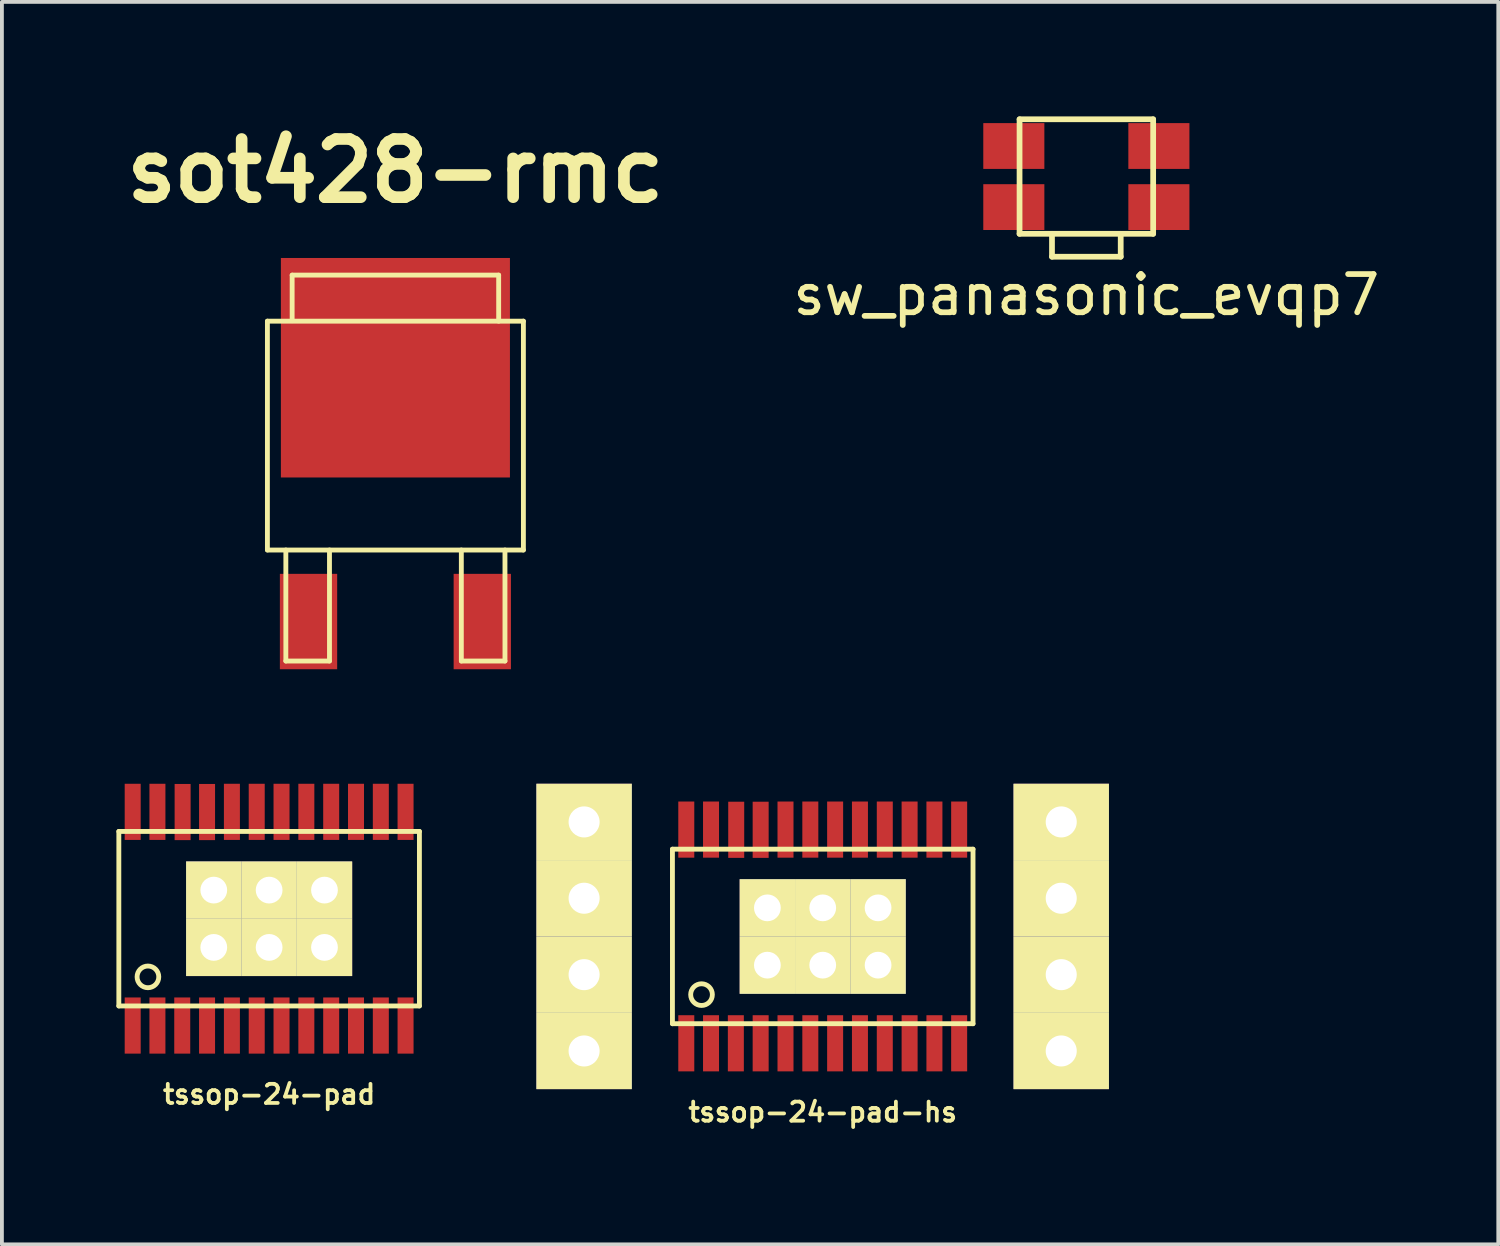
<source format=kicad_pcb>
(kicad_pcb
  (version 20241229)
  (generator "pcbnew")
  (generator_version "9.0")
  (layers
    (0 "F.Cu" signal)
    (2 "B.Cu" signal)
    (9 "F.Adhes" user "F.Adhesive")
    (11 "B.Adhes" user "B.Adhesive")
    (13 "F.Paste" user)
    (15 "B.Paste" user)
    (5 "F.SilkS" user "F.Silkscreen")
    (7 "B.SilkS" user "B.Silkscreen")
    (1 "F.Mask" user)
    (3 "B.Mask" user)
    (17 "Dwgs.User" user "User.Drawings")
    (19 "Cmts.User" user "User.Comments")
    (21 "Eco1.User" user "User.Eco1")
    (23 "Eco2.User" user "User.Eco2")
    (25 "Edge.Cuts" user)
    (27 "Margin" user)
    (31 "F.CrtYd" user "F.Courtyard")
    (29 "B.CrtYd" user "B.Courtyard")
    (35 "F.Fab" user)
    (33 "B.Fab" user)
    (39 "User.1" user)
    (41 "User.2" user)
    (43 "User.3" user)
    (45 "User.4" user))
  (footprint "tssop-24-pad-hs"
    (layer "F.Cu")
    (at 18.502 21.481)
    (property "Reference" "tssop-24-pad-hs" (at 0 4.6 0) (layer "F.SilkS") (effects (font (size 0.5 0.5) (thickness 0.099))))
    (attr through_hole)
    (fp_line (start -3.937 -2.286) (end -3.937 2.286) (stroke (width 0.127) (type solid)) (layer "F.SilkS"))
    (fp_line (start -3.937 2.286) (end 3.937 2.286) (stroke (width 0.127) (type solid)) (layer "F.SilkS"))
    (fp_line (start 3.937 -2.286) (end -3.937 -2.286) (stroke (width 0.127) (type solid)) (layer "F.SilkS"))
    (fp_line (start 3.937 2.286) (end 3.937 -2.286) (stroke (width 0.127) (type solid)) (layer "F.SilkS"))
    (fp_circle (center -3.175 1.524) (end -3.302 1.778) (stroke (width 0.127) (type solid)) (fill no) (layer "F.SilkS"))
    (pad "1" smd rect (at -3.574 2.799) (size 0.419 1.471) (layers "F.Cu" "F.Mask" "F.Paste"))
    (pad "2" smd rect (at -2.926 2.799) (size 0.419 1.471) (layers "F.Cu" "F.Mask" "F.Paste"))
    (pad "3" smd rect (at -2.276 2.799) (size 0.419 1.471) (layers "F.Cu" "F.Mask" "F.Paste"))
    (pad "4" smd rect (at -1.626 2.799) (size 0.419 1.471) (layers "F.Cu" "F.Mask" "F.Paste"))
    (pad "5" smd rect (at -0.975 2.799) (size 0.419 1.471) (layers "F.Cu" "F.Mask" "F.Paste"))
    (pad "6" smd rect (at -0.325 2.799) (size 0.419 1.471) (layers "F.Cu" "F.Mask" "F.Paste"))
    (pad "7" smd rect (at 0.325 2.799) (size 0.419 1.471) (layers "F.Cu" "F.Mask" "F.Paste"))
    (pad "8" smd rect (at 0.975 2.799) (size 0.419 1.471) (layers "F.Cu" "F.Mask" "F.Paste"))
    (pad "9" smd rect (at 1.626 2.799) (size 0.419 1.471) (layers "F.Cu" "F.Mask" "F.Paste"))
    (pad "10" smd rect (at 2.276 2.799) (size 0.419 1.471) (layers "F.Cu" "F.Mask" "F.Paste"))
    (pad "11" smd rect (at 2.926 2.799) (size 0.419 1.471) (layers "F.Cu" "F.Mask" "F.Paste"))
    (pad "12" smd rect (at 3.574 2.799) (size 0.419 1.471) (layers "F.Cu" "F.Mask" "F.Paste"))
    (pad "13" smd rect (at 3.574 -2.799) (size 0.419 1.471) (layers "F.Cu" "F.Mask" "F.Paste"))
    (pad "14" smd rect (at 2.926 -2.799) (size 0.419 1.471) (layers "F.Cu" "F.Mask" "F.Paste"))
    (pad "15" smd rect (at 2.276 -2.799) (size 0.419 1.471) (layers "F.Cu" "F.Mask" "F.Paste"))
    (pad "16" smd rect (at 1.626 -2.799) (size 0.419 1.471) (layers "F.Cu" "F.Mask" "F.Paste"))
    (pad "17" smd rect (at 0.975 -2.799) (size 0.419 1.471) (layers "F.Cu" "F.Mask" "F.Paste"))
    (pad "18" smd rect (at 0.325 -2.799) (size 0.419 1.471) (layers "F.Cu" "F.Mask" "F.Paste"))
    (pad "19" smd rect (at -0.325 -2.799) (size 0.419 1.471) (layers "F.Cu" "F.Mask" "F.Paste"))
    (pad "20" smd rect (at -0.975 -2.799) (size 0.419 1.471) (layers "F.Cu" "F.Mask" "F.Paste"))
    (pad "21" smd rect (at -1.626 -2.794) (size 0.419 1.471) (layers "F.Cu" "F.Mask" "F.Paste"))
    (pad "22" smd rect (at -2.266 -2.794) (size 0.419 1.471) (layers "F.Cu" "F.Mask" "F.Paste"))
    (pad "23" smd rect (at -2.926 -2.799) (size 0.419 1.471) (layers "F.Cu" "F.Mask" "F.Paste"))
    (pad "24" smd rect (at -3.574 -2.799) (size 0.419 1.471) (layers "F.Cu" "F.Mask" "F.Paste"))
    (pad "PAD" thru_hole rect (at -6.251 -3) (size 2.499 1.999) (drill 0.813) (layers "*.Cu" "*.Mask" "F.SilkS"))
    (pad "PAD" thru_hole rect (at -6.251 -1.001) (size 2.499 1.999) (drill 0.813) (layers "*.Cu" "*.Mask" "F.SilkS"))
    (pad "PAD" thru_hole rect (at -6.251 1.001) (size 2.499 1.999) (drill 0.813) (layers "*.Cu" "*.Mask" "F.SilkS"))
    (pad "PAD" thru_hole rect (at -6.251 3) (size 2.499 1.999) (drill 0.813) (layers "*.Cu" "*.Mask" "F.SilkS"))
    (pad "PAD" thru_hole rect (at -1.45 -0.749) (size 1.45 1.501) (drill 0.701) (layers "*.Cu" "*.Mask" "F.SilkS"))
    (pad "PAD" thru_hole rect (at -1.45 0.752) (size 1.45 1.501) (drill 0.701) (layers "*.Cu" "*.Mask" "F.SilkS"))
    (pad "PAD" thru_hole rect (at 0 -0.749) (size 1.45 1.501) (drill 0.701) (layers "*.Cu" "*.Mask" "F.SilkS"))
    (pad "PAD" thru_hole rect (at 0 0.752) (size 1.45 1.501) (drill 0.701) (layers "*.Cu" "*.Mask" "F.SilkS"))
    (pad "PAD" thru_hole rect (at 1.45 -0.749) (size 1.45 1.501) (drill 0.701) (layers "*.Cu" "*.Mask" "F.SilkS"))
    (pad "PAD" thru_hole rect (at 1.45 0.752) (size 1.45 1.501) (drill 0.701) (layers "*.Cu" "*.Mask" "F.SilkS"))
    (pad "PAD" thru_hole rect (at 6.248 -3) (size 2.499 1.999) (drill 0.813) (layers "*.Cu" "*.Mask" "F.SilkS"))
    (pad "PAD" thru_hole rect (at 6.248 -1.001) (size 2.499 1.999) (drill 0.813) (layers "*.Cu" "*.Mask" "F.SilkS"))
    (pad "PAD" thru_hole rect (at 6.248 1.001) (size 2.499 1.999) (drill 0.813) (layers "*.Cu" "*.Mask" "F.SilkS"))
    (pad "PAD" thru_hole rect (at 6.248 3) (size 2.499 1.999) (drill 0.813) (layers "*.Cu" "*.Mask" "F.SilkS")))
  (footprint "sw_panasonic_evqp7"
    (layer "F.Cu")
    (at 25.408 1.575)
    (property "Reference" "sw_panasonic_evqp7" (at 0 3.1 0) (layer "F.SilkS") (effects (font (size 1 1) (thickness 0.15))))
    (attr through_hole)
    (fp_line (start -1.75 -1.5) (end 1.75 -1.5) (stroke (width 0.15) (type solid)) (layer "F.SilkS"))
    (fp_line (start -1.75 1.5) (end -1.75 -1.5) (stroke (width 0.15) (type solid)) (layer "F.SilkS"))
    (fp_line (start -0.9 2.1) (end -0.9 1.5) (stroke (width 0.15) (type solid)) (layer "F.SilkS"))
    (fp_line (start -0.9 2.1) (end 0.9 2.1) (stroke (width 0.15) (type solid)) (layer "F.SilkS"))
    (fp_line (start 0.9 2.1) (end 0.9 1.5) (stroke (width 0.15) (type solid)) (layer "F.SilkS"))
    (fp_line (start 1.75 -1.5) (end 1.75 1.5) (stroke (width 0.15) (type solid)) (layer "F.SilkS"))
    (fp_line (start 1.75 1.5) (end -1.75 1.5) (stroke (width 0.15) (type solid)) (layer "F.SilkS"))
    (pad "1" smd rect (at -1.9 -0.8) (size 1.6 1.2) (layers "F.Cu" "F.Mask" "F.Paste"))
    (pad "1" smd rect (at 1.9 -0.8) (size 1.6 1.2) (layers "F.Cu" "F.Mask" "F.Paste"))
    (pad "2" smd rect (at -1.9 0.8) (size 1.6 1.2) (layers "F.Cu" "F.Mask" "F.Paste"))
    (pad "2" smd rect (at 1.9 0.8) (size 1.6 1.2) (layers "F.Cu" "F.Mask" "F.Paste")))
  (footprint "tssop-24-pad"
    (layer "F.Cu")
    (at 4 21.016)
    (property "Reference" "tssop-24-pad" (at 0 4.6 0) (layer "F.SilkS") (effects (font (size 0.5 0.5) (thickness 0.099))))
    (attr through_hole)
    (fp_line (start -3.937 -2.286) (end -3.937 2.286) (stroke (width 0.127) (type solid)) (layer "F.SilkS"))
    (fp_line (start -3.937 2.286) (end 3.937 2.286) (stroke (width 0.127) (type solid)) (layer "F.SilkS"))
    (fp_line (start 3.937 -2.286) (end -3.937 -2.286) (stroke (width 0.127) (type solid)) (layer "F.SilkS"))
    (fp_line (start 3.937 2.286) (end 3.937 -2.286) (stroke (width 0.127) (type solid)) (layer "F.SilkS"))
    (fp_circle (center -3.175 1.524) (end -3.302 1.778) (stroke (width 0.127) (type solid)) (fill no) (layer "F.SilkS"))
    (pad "1" smd rect (at -3.574 2.799) (size 0.419 1.471) (layers "F.Cu" "F.Mask" "F.Paste"))
    (pad "2" smd rect (at -2.926 2.799) (size 0.419 1.471) (layers "F.Cu" "F.Mask" "F.Paste"))
    (pad "3" smd rect (at -2.276 2.799) (size 0.419 1.471) (layers "F.Cu" "F.Mask" "F.Paste"))
    (pad "4" smd rect (at -1.626 2.799) (size 0.419 1.471) (layers "F.Cu" "F.Mask" "F.Paste"))
    (pad "5" smd rect (at -0.975 2.799) (size 0.419 1.471) (layers "F.Cu" "F.Mask" "F.Paste"))
    (pad "6" smd rect (at -0.325 2.799) (size 0.419 1.471) (layers "F.Cu" "F.Mask" "F.Paste"))
    (pad "7" smd rect (at 0.325 2.799) (size 0.419 1.471) (layers "F.Cu" "F.Mask" "F.Paste"))
    (pad "8" smd rect (at 0.975 2.799) (size 0.419 1.471) (layers "F.Cu" "F.Mask" "F.Paste"))
    (pad "9" smd rect (at 1.626 2.799) (size 0.419 1.471) (layers "F.Cu" "F.Mask" "F.Paste"))
    (pad "10" smd rect (at 2.276 2.799) (size 0.419 1.471) (layers "F.Cu" "F.Mask" "F.Paste"))
    (pad "11" smd rect (at 2.926 2.799) (size 0.419 1.471) (layers "F.Cu" "F.Mask" "F.Paste"))
    (pad "12" smd rect (at 3.574 2.799) (size 0.419 1.471) (layers "F.Cu" "F.Mask" "F.Paste"))
    (pad "13" smd rect (at 3.574 -2.799) (size 0.419 1.471) (layers "F.Cu" "F.Mask" "F.Paste"))
    (pad "14" smd rect (at 2.926 -2.799) (size 0.419 1.471) (layers "F.Cu" "F.Mask" "F.Paste"))
    (pad "15" smd rect (at 2.276 -2.799) (size 0.419 1.471) (layers "F.Cu" "F.Mask" "F.Paste"))
    (pad "16" smd rect (at 1.626 -2.799) (size 0.419 1.471) (layers "F.Cu" "F.Mask" "F.Paste"))
    (pad "17" smd rect (at 0.975 -2.799) (size 0.419 1.471) (layers "F.Cu" "F.Mask" "F.Paste"))
    (pad "18" smd rect (at 0.325 -2.799) (size 0.419 1.471) (layers "F.Cu" "F.Mask" "F.Paste"))
    (pad "19" smd rect (at -0.325 -2.799) (size 0.419 1.471) (layers "F.Cu" "F.Mask" "F.Paste"))
    (pad "20" smd rect (at -0.975 -2.799) (size 0.419 1.471) (layers "F.Cu" "F.Mask" "F.Paste"))
    (pad "21" smd rect (at -1.626 -2.794) (size 0.419 1.471) (layers "F.Cu" "F.Mask" "F.Paste"))
    (pad "22" smd rect (at -2.266 -2.794) (size 0.419 1.471) (layers "F.Cu" "F.Mask" "F.Paste"))
    (pad "23" smd rect (at -2.926 -2.799) (size 0.419 1.471) (layers "F.Cu" "F.Mask" "F.Paste"))
    (pad "24" smd rect (at -3.574 -2.799) (size 0.419 1.471) (layers "F.Cu" "F.Mask" "F.Paste"))
    (pad "PAD" thru_hole rect (at -1.45 -0.749) (size 1.45 1.501) (drill 0.701) (layers "*.Cu" "*.Mask" "F.SilkS"))
    (pad "PAD" thru_hole rect (at -1.45 0.752) (size 1.45 1.501) (drill 0.701) (layers "*.Cu" "*.Mask" "F.SilkS"))
    (pad "PAD" thru_hole rect (at 0 -0.749) (size 1.45 1.501) (drill 0.701) (layers "*.Cu" "*.Mask" "F.SilkS"))
    (pad "PAD" thru_hole rect (at 0 0.752) (size 1.45 1.501) (drill 0.701) (layers "*.Cu" "*.Mask" "F.SilkS"))
    (pad "PAD" thru_hole rect (at 1.45 -0.749) (size 1.45 1.501) (drill 0.701) (layers "*.Cu" "*.Mask" "F.SilkS"))
    (pad "PAD" thru_hole rect (at 1.45 0.752) (size 1.45 1.501) (drill 0.701) (layers "*.Cu" "*.Mask" "F.SilkS")))
  (footprint "sot428-rmc"
    (layer "F.Cu")
    (at 7.308 9.783)
    (property "Reference" "sot428-rmc" (at 0 -8.357 0) (layer "F.SilkS") (effects (font (size 1.524 1.524) (thickness 0.305))))
    (attr through_hole)
    (fp_line (start -3.353 -4.42) (end -3.353 1.575) (stroke (width 0.127) (type solid)) (layer "F.SilkS"))
    (fp_line (start -2.87 1.575) (end -2.87 4.483) (stroke (width 0.127) (type solid)) (layer "F.SilkS"))
    (fp_line (start -2.87 4.483) (end -1.727 4.483) (stroke (width 0.127) (type solid)) (layer "F.SilkS"))
    (fp_line (start -2.705 -5.626) (end 2.705 -5.626) (stroke (width 0.127) (type solid)) (layer "F.SilkS"))
    (fp_line (start -2.705 -4.432) (end -2.705 -5.626) (stroke (width 0.127) (type solid)) (layer "F.SilkS"))
    (fp_line (start -1.727 4.483) (end -1.727 1.575) (stroke (width 0.127) (type solid)) (layer "F.SilkS"))
    (fp_line (start 1.727 1.575) (end 1.727 4.483) (stroke (width 0.127) (type solid)) (layer "F.SilkS"))
    (fp_line (start 1.727 4.483) (end 2.87 4.483) (stroke (width 0.127) (type solid)) (layer "F.SilkS"))
    (fp_line (start 2.705 -5.626) (end 2.705 -4.42) (stroke (width 0.127) (type solid)) (layer "F.SilkS"))
    (fp_line (start 2.87 4.483) (end 2.87 1.575) (stroke (width 0.127) (type solid)) (layer "F.SilkS"))
    (fp_line (start 3.353 -4.42) (end -3.353 -4.42) (stroke (width 0.127) (type solid)) (layer "F.SilkS"))
    (fp_line (start 3.353 1.575) (end -3.353 1.575) (stroke (width 0.127) (type solid)) (layer "F.SilkS"))
    (fp_line (start 3.353 1.575) (end 3.353 -4.42) (stroke (width 0.127) (type solid)) (layer "F.SilkS"))
    (pad "1" smd rect (at -2.276 3.449) (size 1.501 2.499) (layers "F.Cu" "F.Mask" "F.Paste"))
    (pad "2" smd rect (at -2 -5.5) (size 1.8 1) (layers "F.Cu" "F.Mask" "F.Paste"))
    (pad "2" smd rect (at -2 -3.2) (size 1.8 1) (layers "F.Cu" "F.Mask" "F.Paste"))
    (pad "2" smd rect (at -2 -0.9) (size 1.8 1) (layers "F.Cu" "F.Mask" "F.Paste"))
    (pad "2" smd rect (at 0 -5.5) (size 1.8 1) (layers "F.Cu" "F.Mask" "F.Paste"))
    (pad "2" smd rect (at 0 -3.2) (size 1.8 1) (layers "F.Cu" "F.Mask" "F.Paste"))
    (pad "2" smd rect (at 0 -3.2) (size 6 5.75) (layers "F.Cu" "F.Mask"))
    (pad "2" smd rect (at 0 -0.9) (size 1.8 1) (layers "F.Cu" "F.Mask" "F.Paste"))
    (pad "2" smd rect (at 2 -5.5) (size 1.8 1) (layers "F.Cu" "F.Mask" "F.Paste"))
    (pad "2" smd rect (at 2 -3.2) (size 1.8 1) (layers "F.Cu" "F.Mask" "F.Paste"))
    (pad "2" smd rect (at 2 -0.9) (size 1.8 1) (layers "F.Cu" "F.Mask" "F.Paste"))
    (pad "3" smd rect (at 2.276 3.449) (size 1.501 2.499) (layers "F.Cu" "F.Mask" "F.Paste")))
  (gr_rect
    (start -3 -3)
    (end 36.199 29.548)
    (stroke (width 0.1) (type default))
    (fill no)
    (layer "Edge.Cuts")))
</source>
